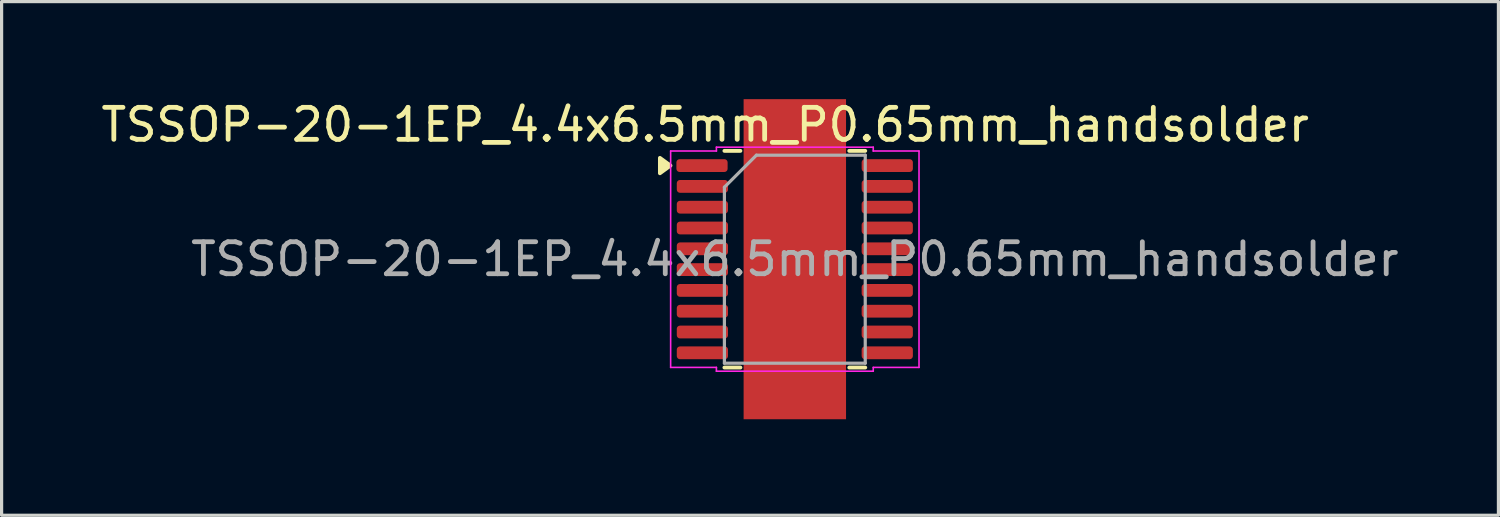
<source format=kicad_pcb>
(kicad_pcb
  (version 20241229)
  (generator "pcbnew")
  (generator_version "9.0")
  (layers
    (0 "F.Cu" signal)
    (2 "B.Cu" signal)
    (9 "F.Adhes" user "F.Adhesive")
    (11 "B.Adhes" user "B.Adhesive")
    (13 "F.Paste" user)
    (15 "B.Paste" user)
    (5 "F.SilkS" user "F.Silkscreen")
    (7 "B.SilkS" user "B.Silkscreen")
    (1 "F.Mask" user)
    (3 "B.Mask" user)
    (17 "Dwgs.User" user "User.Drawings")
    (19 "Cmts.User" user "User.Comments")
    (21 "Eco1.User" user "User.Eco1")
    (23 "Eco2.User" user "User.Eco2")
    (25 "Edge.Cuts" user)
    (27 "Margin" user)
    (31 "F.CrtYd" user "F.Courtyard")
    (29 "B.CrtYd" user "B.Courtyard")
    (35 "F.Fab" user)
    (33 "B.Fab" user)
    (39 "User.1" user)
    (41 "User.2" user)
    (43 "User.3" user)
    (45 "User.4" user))
  (footprint "TSSOP-20-1EP_4.4x6.5mm_P0.65mm_handsolder"
    (layer "F.Cu")
    (at 21.782 5.048)
    (property "Reference" "TSSOP-20-1EP_4.4x6.5mm_P0.65mm_handsolder" (at -2.8 -4.2 0) (layer "F.SilkS") (effects (font (size 1 1) (thickness 0.15))))
    (attr smd)
    (fp_line (start -1.7 -3.385) (end -2.2 -3.385) (stroke (width 0.12) (type solid)) (layer "F.SilkS"))
    (fp_line (start -1.7 3.385) (end -2.2 3.385) (stroke (width 0.12) (type solid)) (layer "F.SilkS"))
    (fp_line (start 1.7 -3.385) (end 2.2 -3.385) (stroke (width 0.12) (type solid)) (layer "F.SilkS"))
    (fp_line (start 1.7 3.385) (end 2.2 3.385) (stroke (width 0.12) (type solid)) (layer "F.SilkS"))
    (fp_poly (pts (xy -3.885 -2.925) (xy -4.215 -2.685) (xy -4.215 -3.165)) (stroke (width 0.12) (type solid)) (fill yes) (layer "F.SilkS"))
    (fp_line (start -3.88 -3.38) (end -2.45 -3.38) (stroke (width 0.05) (type solid)) (layer "F.CrtYd"))
    (fp_line (start -3.88 3.38) (end -3.88 -3.38) (stroke (width 0.05) (type solid)) (layer "F.CrtYd"))
    (fp_line (start -2.45 -3.5) (end 2.45 -3.5) (stroke (width 0.05) (type solid)) (layer "F.CrtYd"))
    (fp_line (start -2.45 -3.38) (end -2.45 -3.5) (stroke (width 0.05) (type solid)) (layer "F.CrtYd"))
    (fp_line (start -2.45 3.38) (end -3.88 3.38) (stroke (width 0.05) (type solid)) (layer "F.CrtYd"))
    (fp_line (start -2.45 3.5) (end -2.45 3.38) (stroke (width 0.05) (type solid)) (layer "F.CrtYd"))
    (fp_line (start 2.45 -3.5) (end 2.45 -3.38) (stroke (width 0.05) (type solid)) (layer "F.CrtYd"))
    (fp_line (start 2.45 -3.38) (end 3.88 -3.38) (stroke (width 0.05) (type solid)) (layer "F.CrtYd"))
    (fp_line (start 2.45 3.38) (end 2.45 3.5) (stroke (width 0.05) (type solid)) (layer "F.CrtYd"))
    (fp_line (start 2.45 3.5) (end -2.45 3.5) (stroke (width 0.05) (type solid)) (layer "F.CrtYd"))
    (fp_line (start 3.88 -3.38) (end 3.88 3.38) (stroke (width 0.05) (type solid)) (layer "F.CrtYd"))
    (fp_line (start 3.88 3.38) (end 2.45 3.38) (stroke (width 0.05) (type solid)) (layer "F.CrtYd"))
    (fp_line (start -2.2 -2.25) (end -1.2 -3.25) (stroke (width 0.1) (type solid)) (layer "F.Fab"))
    (fp_line (start -2.2 3.25) (end -2.2 -2.25) (stroke (width 0.1) (type solid)) (layer "F.Fab"))
    (fp_line (start -1.2 -3.25) (end 2.2 -3.25) (stroke (width 0.1) (type solid)) (layer "F.Fab"))
    (fp_line (start 2.2 -3.25) (end 2.2 3.25) (stroke (width 0.1) (type solid)) (layer "F.Fab"))
    (fp_line (start 2.2 3.25) (end -2.2 3.25) (stroke (width 0.1) (type solid)) (layer "F.Fab"))
    (fp_text user "${REFERENCE}" (at 0 0 0) (layer "F.Fab") (effects (font (size 1 1) (thickness 0.15))))
    (pad "" smd roundrect (at -0.54 -0.84) (size 0.87 1.35) (layers "F.Paste") (roundrect_rratio 0.25))
    (pad "" smd roundrect (at -0.54 0.84) (size 0.87 1.35) (layers "F.Paste") (roundrect_rratio 0.25))
    (pad "" smd roundrect (at 0.54 -0.84) (size 0.87 1.35) (layers "F.Paste") (roundrect_rratio 0.25))
    (pad "" smd roundrect (at 0.54 0.84) (size 0.87 1.35) (layers "F.Paste") (roundrect_rratio 0.25))
    (pad "1" smd roundrect (at -2.9 -2.925) (size 1.6 0.4) (layers "F.Cu" "F.Mask" "F.Paste") (roundrect_rratio 0.25))
    (pad "2" smd roundrect (at -2.888 -2.275) (size 1.6 0.4) (layers "F.Cu" "F.Mask" "F.Paste") (roundrect_rratio 0.25))
    (pad "3" smd roundrect (at -2.888 -1.625) (size 1.6 0.4) (layers "F.Cu" "F.Mask" "F.Paste") (roundrect_rratio 0.25))
    (pad "4" smd roundrect (at -2.888 -0.975) (size 1.6 0.4) (layers "F.Cu" "F.Mask" "F.Paste") (roundrect_rratio 0.25))
    (pad "5" smd roundrect (at -2.888 -0.325) (size 1.6 0.4) (layers "F.Cu" "F.Mask" "F.Paste") (roundrect_rratio 0.25))
    (pad "6" smd roundrect (at -2.888 0.325) (size 1.6 0.4) (layers "F.Cu" "F.Mask" "F.Paste") (roundrect_rratio 0.25))
    (pad "7" smd roundrect (at -2.888 0.975) (size 1.6 0.4) (layers "F.Cu" "F.Mask" "F.Paste") (roundrect_rratio 0.25))
    (pad "8" smd roundrect (at -2.888 1.625) (size 1.6 0.4) (layers "F.Cu" "F.Mask" "F.Paste") (roundrect_rratio 0.25))
    (pad "9" smd roundrect (at -2.888 2.275) (size 1.6 0.4) (layers "F.Cu" "F.Mask" "F.Paste") (roundrect_rratio 0.25))
    (pad "10" smd roundrect (at -2.888 2.925) (size 1.6 0.4) (layers "F.Cu" "F.Mask" "F.Paste") (roundrect_rratio 0.25))
    (pad "11" smd roundrect (at 2.888 2.925) (size 1.6 0.4) (layers "F.Cu" "F.Mask" "F.Paste") (roundrect_rratio 0.25))
    (pad "12" smd roundrect (at 2.888 2.275) (size 1.6 0.4) (layers "F.Cu" "F.Mask" "F.Paste") (roundrect_rratio 0.25))
    (pad "13" smd roundrect (at 2.888 1.625) (size 1.6 0.4) (layers "F.Cu" "F.Mask" "F.Paste") (roundrect_rratio 0.25))
    (pad "14" smd roundrect (at 2.888 0.975) (size 1.6 0.4) (layers "F.Cu" "F.Mask" "F.Paste") (roundrect_rratio 0.25))
    (pad "15" smd roundrect (at 2.888 0.325) (size 1.6 0.4) (layers "F.Cu" "F.Mask" "F.Paste") (roundrect_rratio 0.25))
    (pad "16" smd roundrect (at 2.888 -0.325) (size 1.6 0.4) (layers "F.Cu" "F.Mask" "F.Paste") (roundrect_rratio 0.25))
    (pad "17" smd roundrect (at 2.888 -0.975) (size 1.6 0.4) (layers "F.Cu" "F.Mask" "F.Paste") (roundrect_rratio 0.25))
    (pad "18" smd roundrect (at 2.888 -1.625) (size 1.6 0.4) (layers "F.Cu" "F.Mask" "F.Paste") (roundrect_rratio 0.25))
    (pad "19" smd roundrect (at 2.888 -2.275) (size 1.6 0.4) (layers "F.Cu" "F.Mask" "F.Paste") (roundrect_rratio 0.25))
    (pad "20" smd roundrect (at 2.888 -2.925) (size 1.6 0.4) (layers "F.Cu" "F.Mask" "F.Paste") (roundrect_rratio 0.25))
    (pad "21" smd rect (at 0 0) (size 3.2 10) (property pad_prop_heatsink) (layers "F.Cu" "F.Mask")))
  (gr_rect
    (start -3 -3)
    (end 43.764 13.048)
    (stroke (width 0.1) (type default))
    (fill no)
    (layer "Edge.Cuts")))
</source>
